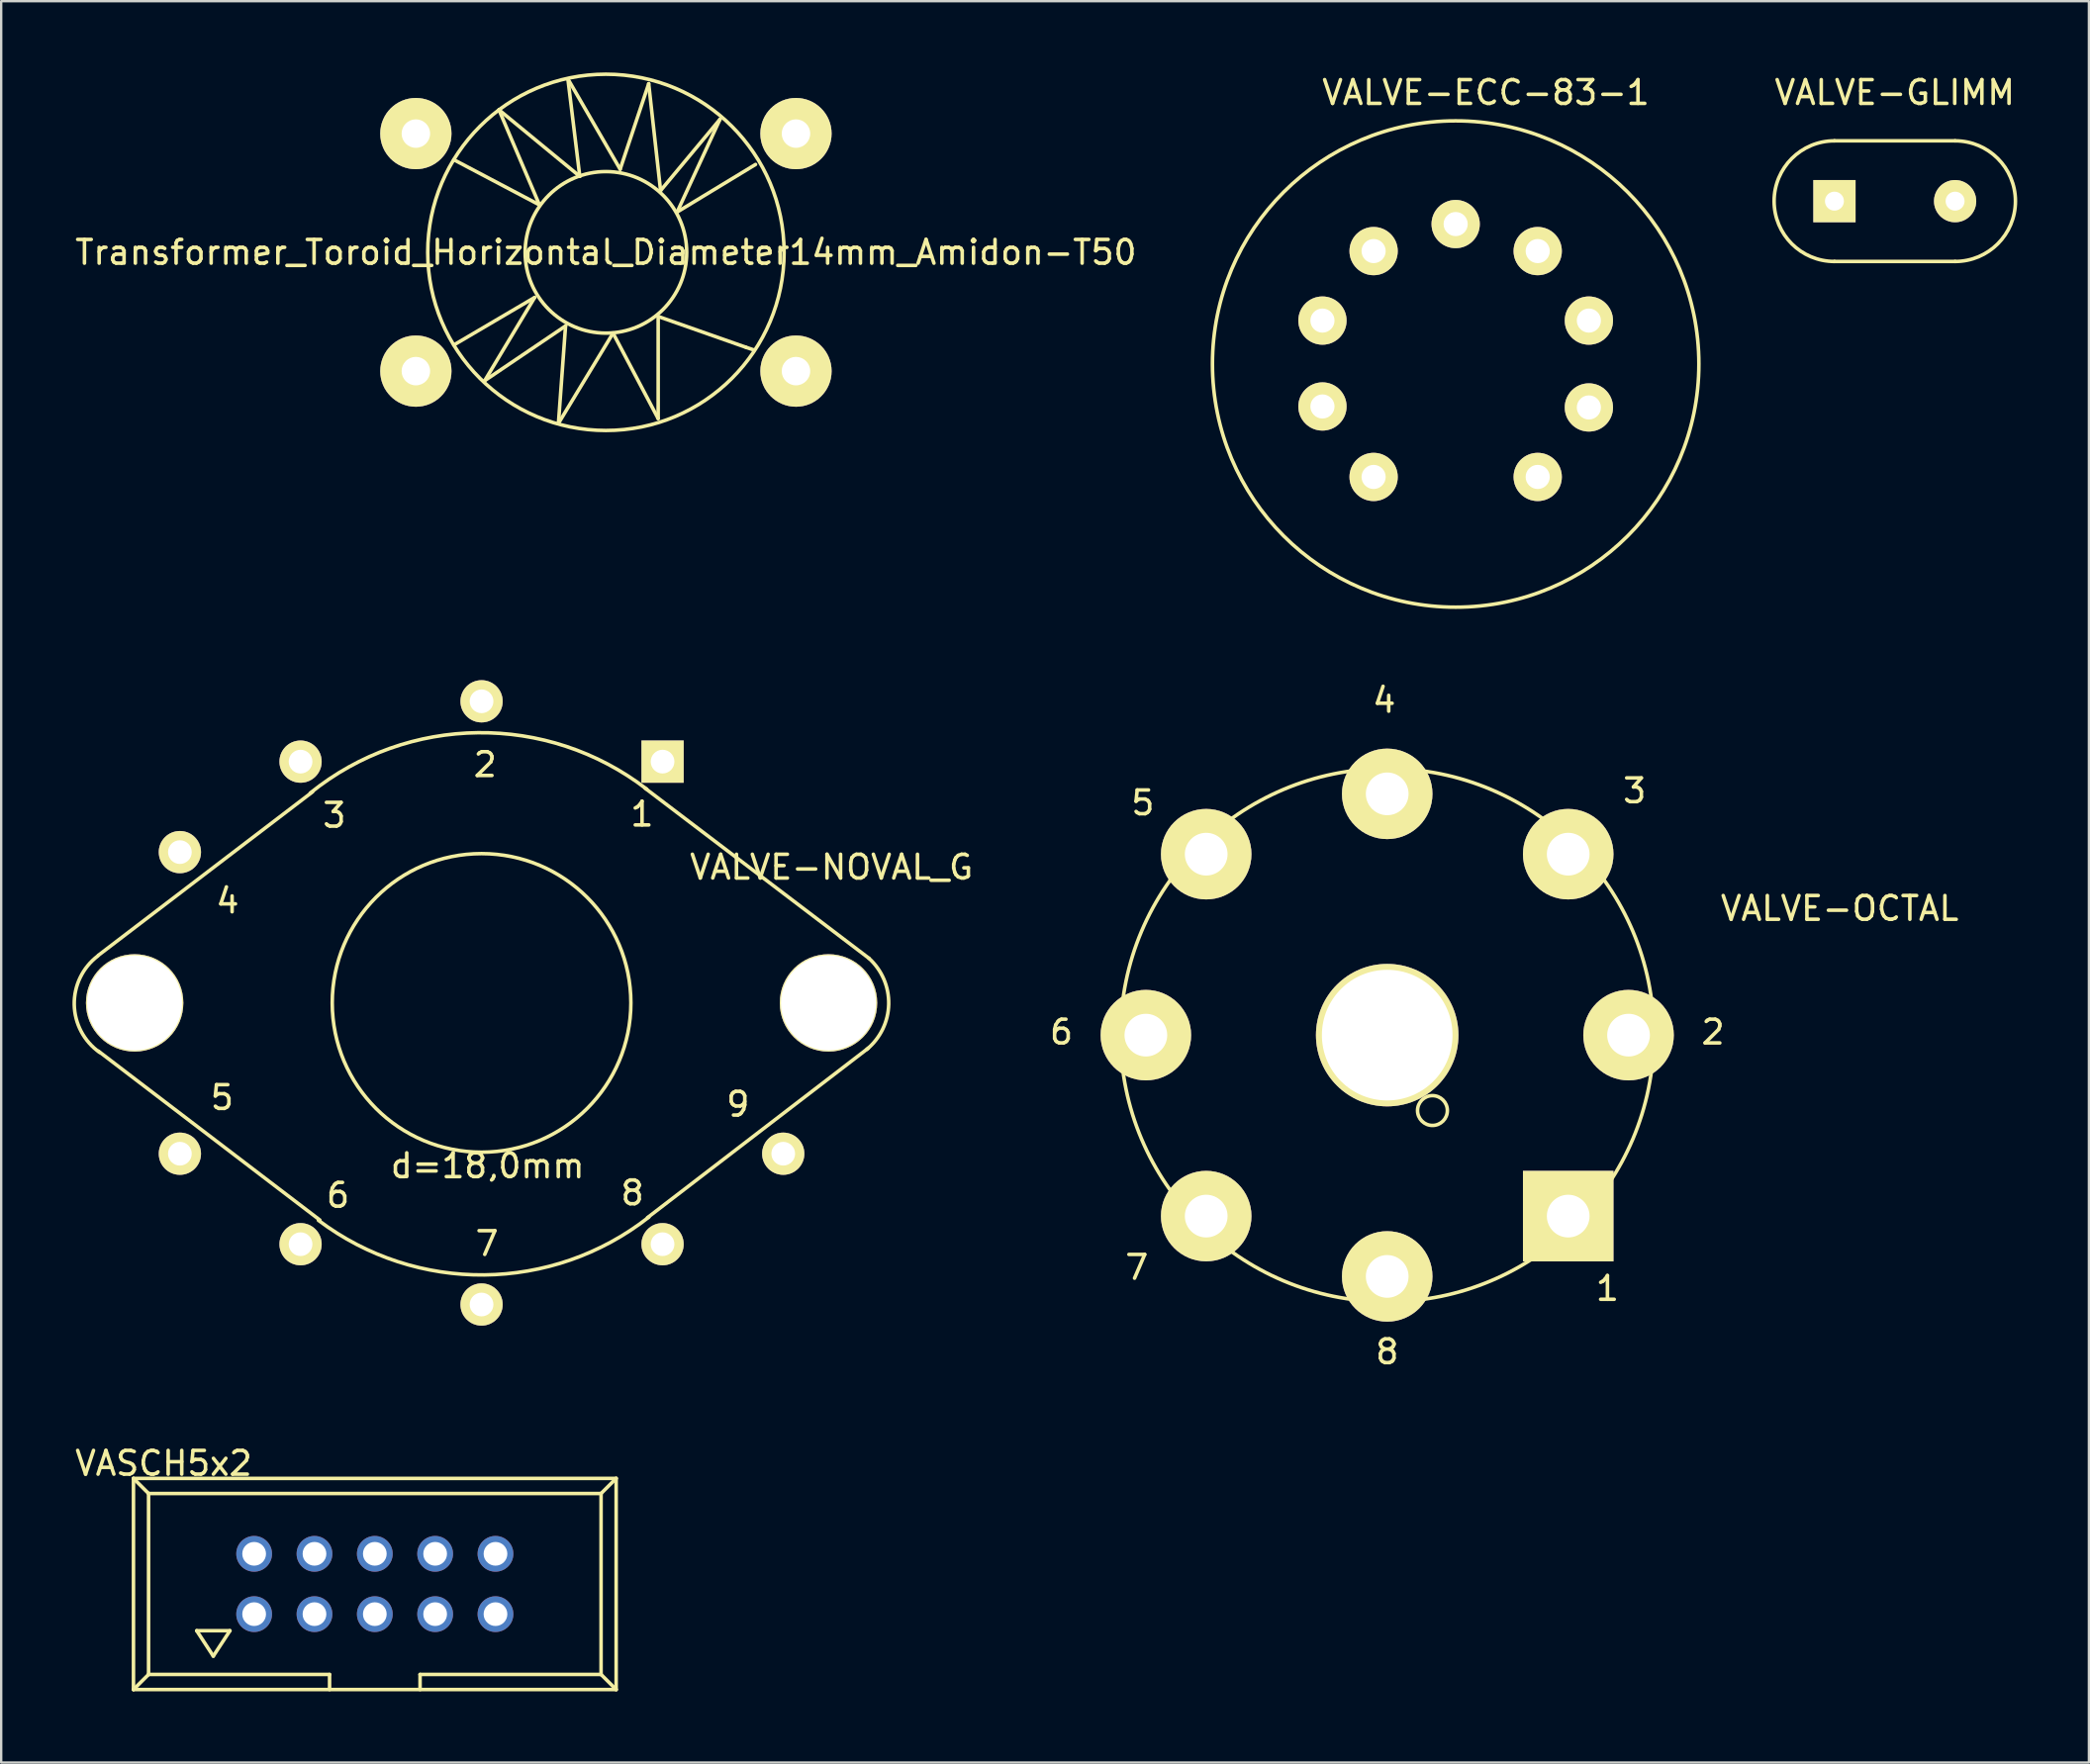
<source format=kicad_pcb>
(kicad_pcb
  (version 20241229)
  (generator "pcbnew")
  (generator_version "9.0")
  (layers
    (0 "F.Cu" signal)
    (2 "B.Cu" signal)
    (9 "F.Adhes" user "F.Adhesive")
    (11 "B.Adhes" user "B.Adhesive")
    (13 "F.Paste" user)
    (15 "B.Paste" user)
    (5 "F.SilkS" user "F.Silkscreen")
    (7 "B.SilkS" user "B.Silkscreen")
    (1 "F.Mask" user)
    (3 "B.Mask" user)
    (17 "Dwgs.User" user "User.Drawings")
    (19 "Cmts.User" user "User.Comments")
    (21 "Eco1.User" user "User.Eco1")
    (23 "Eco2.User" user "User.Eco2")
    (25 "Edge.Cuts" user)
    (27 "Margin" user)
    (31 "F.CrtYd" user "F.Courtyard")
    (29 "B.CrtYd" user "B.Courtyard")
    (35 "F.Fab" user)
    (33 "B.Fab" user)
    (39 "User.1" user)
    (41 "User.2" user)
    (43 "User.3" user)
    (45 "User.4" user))
  (footprint "VALVE-GLIMM"
    (layer "F.Cu")
    (at 75.447 5.42)
    (property "Reference" "VALVE-GLIMM" (at 1.27 -4.572 0) (layer "F.SilkS") (effects (font (size 1 1) (thickness 0.15))))
    (attr exclude_from_pos_files exclude_from_bom)
    (fp_line (start -1.27 -2.54) (end 3.81 -2.54) (stroke (width 0.15) (type solid)) (layer "F.SilkS"))
    (fp_line (start -1.27 2.54) (end 3.81 2.54) (stroke (width 0.15) (type solid)) (layer "F.SilkS"))
    (fp_arc (start -1.27 2.54) (mid -3.81 0) (end -1.27 -2.54) (stroke (width 0.15) (type solid)) (layer "F.SilkS"))
    (fp_arc (start 3.81 -2.54) (mid 6.35 0) (end 3.81 2.54) (stroke (width 0.15) (type solid)) (layer "F.SilkS"))
    (pad "1" thru_hole rect (at -1.27 0) (size 1.778 1.778) (drill 0.798) (layers "*.Cu" "F.Mask" "F.SilkS" "F.Paste"))
    (pad "2" thru_hole circle (at 3.81 0) (size 1.778 1.778) (drill 0.798) (layers "*.Cu" "F.Mask" "F.SilkS" "F.Paste")))
  (footprint "VALVE-ECC-83-1"
    (layer "F.Cu")
    (at 58.231 12.278)
    (property "Reference" "VALVE-ECC-83-1" (at 1.27 -11.43 0) (layer "F.SilkS") (effects (font (size 1 1) (thickness 0.15))))
    (attr through_hole)
    (fp_circle (center 0 0) (end 10.16 1.27) (stroke (width 0.15) (type solid)) (fill no) (layer "F.SilkS"))
    (pad "1" thru_hole circle (at 3.454 4.755) (size 2.032 2.032) (drill 1.016) (layers "*.Cu" "*.Mask" "F.SilkS"))
    (pad "2" thru_hole circle (at 5.608 1.829) (size 2.032 2.032) (drill 1.016) (layers "*.Cu" "*.Mask" "F.SilkS"))
    (pad "3" thru_hole circle (at 5.608 -1.829) (size 2.032 2.032) (drill 1.016) (layers "*.Cu" "*.Mask" "F.SilkS"))
    (pad "4" thru_hole circle (at 3.454 -4.755) (size 2.032 2.032) (drill 1.016) (layers "*.Cu" "*.Mask" "F.SilkS"))
    (pad "5" thru_hole circle (at 0 -5.893) (size 2.032 2.032) (drill 1.016) (layers "*.Cu" "*.Mask" "F.SilkS"))
    (pad "6" thru_hole circle (at -3.454 -4.755) (size 2.032 2.032) (drill 1.016) (layers "*.Cu" "*.Mask" "F.SilkS"))
    (pad "7" thru_hole circle (at -5.608 -1.829) (size 2.032 2.032) (drill 1.016) (layers "*.Cu" "*.Mask" "F.SilkS"))
    (pad "8" thru_hole circle (at -5.608 1.788) (size 2.032 2.032) (drill 1.016) (layers "*.Cu" "*.Mask" "F.SilkS"))
    (pad "9" thru_hole circle (at -3.454 4.755) (size 2.032 2.032) (drill 1.016) (layers "*.Cu" "*.Mask" "F.SilkS")))
  (footprint "Transformer_Toroid_Horizontal_Diameter14mm_Amidon-T50"
    (layer "F.Cu")
    (at 22.458 7.576)
    (property "Reference" "Transformer_Toroid_Horizontal_Diameter14mm_Amidon-T50" (at 0 0 0) (layer "F.SilkS") (effects (font (size 1 1) (thickness 0.15))))
    (attr through_hole)
    (fp_line (start -6.401 -3.899) (end -2.799 -1.999) (stroke (width 0.15) (type solid)) (layer "F.SilkS"))
    (fp_line (start -6.401 3.899) (end -3 1.9) (stroke (width 0.15) (type solid)) (layer "F.SilkS"))
    (fp_line (start -5.1 5.4) (end -1.699 3.099) (stroke (width 0.15) (type solid)) (layer "F.SilkS"))
    (fp_line (start -4.501 -5.999) (end -1.1 -3.2) (stroke (width 0.15) (type solid)) (layer "F.SilkS"))
    (fp_line (start -3 1.9) (end -5.1 5.4) (stroke (width 0.15) (type solid)) (layer "F.SilkS"))
    (fp_line (start -2.799 -1.999) (end -4.501 -5.999) (stroke (width 0.15) (type solid)) (layer "F.SilkS"))
    (fp_line (start -1.999 7.201) (end 0.3 3.401) (stroke (width 0.15) (type solid)) (layer "F.SilkS"))
    (fp_line (start -1.699 3.099) (end -1.999 7.201) (stroke (width 0.15) (type solid)) (layer "F.SilkS"))
    (fp_line (start -1.6 -7.3) (end 0.599 -3.5) (stroke (width 0.15) (type solid)) (layer "F.SilkS"))
    (fp_line (start -1.1 -3.2) (end -1.6 -7.3) (stroke (width 0.15) (type solid)) (layer "F.SilkS"))
    (fp_line (start 0.3 3.401) (end 2.2 7) (stroke (width 0.15) (type solid)) (layer "F.SilkS"))
    (fp_line (start 0.599 -3.5) (end 1.801 -7.099) (stroke (width 0.15) (type solid)) (layer "F.SilkS"))
    (fp_line (start 1.801 -7.099) (end 2.301 -2.601) (stroke (width 0.15) (type solid)) (layer "F.SilkS"))
    (fp_line (start 2.2 2.7) (end 5.9 4) (stroke (width 0.15) (type solid)) (layer "F.SilkS"))
    (fp_line (start 2.2 7) (end 2.2 2.7) (stroke (width 0.15) (type solid)) (layer "F.SilkS"))
    (fp_line (start 2.301 -2.601) (end 4.801 -5.601) (stroke (width 0.15) (type solid)) (layer "F.SilkS"))
    (fp_line (start 3 -1.699) (end 6.299 -3.701) (stroke (width 0.15) (type solid)) (layer "F.SilkS"))
    (fp_line (start 4.801 -5.601) (end 3 -1.699) (stroke (width 0.15) (type solid)) (layer "F.SilkS"))
    (fp_line (start 5.9 4) (end 6.2 4.1) (stroke (width 0.15) (type solid)) (layer "F.SilkS"))
    (fp_circle (center 0 0) (end 3.401 0) (stroke (width 0.15) (type solid)) (fill no) (layer "F.SilkS"))
    (fp_circle (center 0 0) (end 7.501 0) (stroke (width 0.15) (type solid)) (fill no) (layer "F.SilkS"))
    (pad "1" thru_hole circle (at -8.001 5.001) (size 3 3) (drill 1.199) (layers "*.Cu" "*.Mask" "F.SilkS"))
    (pad "2" thru_hole circle (at 8.001 5.001) (size 3 3) (drill 1.199) (layers "*.Cu" "*.Mask" "F.SilkS"))
    (pad "3" thru_hole circle (at -8.001 -5.001) (size 3 3) (drill 1.199) (layers "*.Cu" "*.Mask" "F.SilkS"))
    (pad "4" thru_hole circle (at 8.001 -5.001) (size 3 3) (drill 1.199) (layers "*.Cu" "*.Mask" "F.SilkS")))
  (footprint "VALVE-NOVAL_G"
    (layer "F.Cu")
    (at 17.223 39.181)
    (property "Reference" "VALVE-NOVAL_G" (at 14.732 -5.715 0) (layer "F.SilkS") (effects (font (size 1 1) (thickness 0.15))))
    (attr exclude_from_pos_files exclude_from_bom)
    (fp_line (start -16.129 -2.007) (end -7.112 -8.89) (stroke (width 0.15) (type solid)) (layer "F.SilkS"))
    (fp_line (start -16.129 2.032) (end -6.807 9.144) (stroke (width 0.15) (type solid)) (layer "F.SilkS"))
    (fp_line (start 16.281 1.905) (end 6.985 9.042) (stroke (width 0.15) (type solid)) (layer "F.SilkS"))
    (fp_line (start 16.307 -1.88) (end 6.883 -9.042) (stroke (width 0.15) (type solid)) (layer "F.SilkS"))
    (fp_arc (start -16.08074 2.0828) (mid -17.147179 0.072342) (end -16.156452 -1.976486) (stroke (width 0.15) (type solid)) (layer "F.SilkS"))
    (fp_arc (start -7.21106 -8.83666) (mid -0.156275 -11.37739) (end 6.954845 -8.998887) (stroke (width 0.15) (type solid)) (layer "F.SilkS"))
    (fp_arc (start 7.04596 9.017) (mid 0.111758 11.453686) (end -6.868871 9.153377) (stroke (width 0.15) (type solid)) (layer "F.SilkS"))
    (fp_arc (start 16.3068 -1.8796) (mid 17.13994 0.055661) (end 16.222657 1.952487) (stroke (width 0.15) (type solid)) (layer "F.SilkS"))
    (fp_circle (center 0 0) (end -4.445 4.445) (stroke (width 0.15) (type solid)) (fill no) (layer "F.SilkS"))
    (fp_text user "d=18,0mm" (at 0.254 6.858 0) (layer "F.SilkS") (effects (font (size 1 1) (thickness 0.15))))
    (fp_text user "9" (at 10.795 4.267 0) (layer "F.SilkS") (effects (font (size 1 1) (thickness 0.15))))
    (fp_text user "4" (at -10.693 -4.293 0) (layer "F.SilkS") (effects (font (size 1 1) (thickness 0.15))))
    (fp_text user "3" (at -6.198 -7.899 0) (layer "F.SilkS") (effects (font (size 1 1) (thickness 0.15))))
    (fp_text user "6" (at -6.045 8.103 0) (layer "F.SilkS") (effects (font (size 1 1) (thickness 0.15))))
    (fp_text user "8" (at 6.35 8.001 0) (layer "F.SilkS") (effects (font (size 1 1) (thickness 0.15))))
    (fp_text user "5" (at -10.922 3.988 0) (layer "F.SilkS") (effects (font (size 1 1) (thickness 0.15))))
    (fp_text user "2" (at 0.152 -10.033 0) (layer "F.SilkS") (effects (font (size 1 1) (thickness 0.15))))
    (fp_text user "7" (at 0.229 10.135 0) (layer "F.SilkS") (effects (font (size 1 1) (thickness 0.15))))
    (fp_text user "1" (at 6.756 -7.95 0) (layer "F.SilkS") (effects (font (size 1 1) (thickness 0.15))))
    (pad "" thru_hole circle (at 14.605 0) (size 4.1 4.1) (drill 4) (layers "*.Cu" "F.Mask" "F.SilkS" "F.Paste"))
    (pad "1" thru_hole rect (at 7.62 -10.16) (size 1.778 1.778) (drill 0.998) (layers "*.Cu" "F.Mask" "F.SilkS" "F.Paste"))
    (pad "2" thru_hole circle (at -14.605 0) (size 4.1 4.1) (drill 4) (layers "*.Cu" "F.Mask" "F.SilkS" "F.Paste"))
    (pad "2" thru_hole circle (at 0 -12.7) (size 1.778 1.778) (drill 0.998) (layers "*.Cu" "F.Mask" "F.SilkS" "F.Paste"))
    (pad "3" thru_hole circle (at -7.62 -10.16) (size 1.778 1.778) (drill 0.998) (layers "*.Cu" "F.Mask" "F.SilkS" "F.Paste"))
    (pad "4" thru_hole circle (at -12.7 -6.35) (size 1.778 1.778) (drill 0.998) (layers "*.Cu" "F.Mask" "F.SilkS" "F.Paste"))
    (pad "5" thru_hole circle (at -12.7 6.35) (size 1.778 1.778) (drill 0.998) (layers "*.Cu" "F.Mask" "F.SilkS" "F.Paste"))
    (pad "6" thru_hole circle (at -7.62 10.16) (size 1.778 1.778) (drill 0.998) (layers "*.Cu" "F.Mask" "F.SilkS" "F.Paste"))
    (pad "7" thru_hole circle (at 0 12.7) (size 1.778 1.778) (drill 0.998) (layers "*.Cu" "F.Mask" "F.SilkS" "F.Paste"))
    (pad "8" thru_hole circle (at 7.62 10.16) (size 1.778 1.778) (drill 0.998) (layers "*.Cu" "F.Mask" "F.SilkS" "F.Paste"))
    (pad "9" thru_hole circle (at 12.7 6.35) (size 1.778 1.778) (drill 0.998) (layers "*.Cu" "F.Mask" "F.SilkS" "F.Paste")))
  (footprint "VALVE-OCTAL"
    (layer "F.Cu")
    (at 55.349 40.538)
    (property "Reference" "VALVE-OCTAL" (at 19.05 -5.334 0) (layer "F.SilkS") (effects (font (size 1 1) (thickness 0.15))))
    (attr exclude_from_pos_files exclude_from_bom)
    (fp_circle (center 0 0) (end -7.938 7.938) (stroke (width 0.15) (type solid)) (fill no) (layer "F.SilkS"))
    (fp_circle (center 1.905 3.175) (end 2.349 3.619) (stroke (width 0.15) (type solid)) (fill no) (layer "F.SilkS"))
    (fp_text user "2" (at 13.716 -0.127 0) (layer "F.SilkS") (effects (font (size 1 1) (thickness 0.15))))
    (fp_text user "1" (at 9.271 10.668 0) (layer "F.SilkS") (effects (font (size 1 1) (thickness 0.15))))
    (fp_text user "8" (at 0 13.335 0) (layer "F.SilkS") (effects (font (size 1 1) (thickness 0.15))))
    (fp_text user "6" (at -13.716 -0.127 0) (layer "F.SilkS") (effects (font (size 1 1) (thickness 0.15))))
    (fp_text user "7" (at -10.541 9.779 0) (layer "F.SilkS") (effects (font (size 1 1) (thickness 0.15))))
    (fp_text user "3" (at 10.414 -10.287 0) (layer "F.SilkS") (effects (font (size 1 1) (thickness 0.15))))
    (fp_text user "4" (at -0.127 -14.097 0) (layer "F.SilkS") (effects (font (size 1 1) (thickness 0.15))))
    (fp_text user "5" (at -10.287 -9.779 0) (layer "F.SilkS") (effects (font (size 1 1) (thickness 0.15))))
    (pad "" thru_hole circle (at 0 0) (size 5.999 5.999) (drill 5.499) (layers "*.Cu" "F.Mask" "F.SilkS" "F.Paste"))
    (pad "1" thru_hole rect (at 7.62 7.62) (size 3.81 3.81) (drill 1.798) (layers "*.Cu" "F.Mask" "F.SilkS" "F.Paste"))
    (pad "2" thru_hole circle (at 10.16 0) (size 3.81 3.81) (drill 1.798) (layers "*.Cu" "F.Mask" "F.SilkS" "F.Paste"))
    (pad "3" thru_hole circle (at 7.62 -7.62) (size 3.81 3.81) (drill 1.798) (layers "*.Cu" "F.Mask" "F.SilkS" "F.Paste"))
    (pad "4" thru_hole circle (at 0 -10.16) (size 3.81 3.81) (drill 1.798) (layers "*.Cu" "F.Mask" "F.SilkS" "F.Paste"))
    (pad "5" thru_hole circle (at -7.62 -7.62) (size 3.81 3.81) (drill 1.798) (layers "*.Cu" "F.Mask" "F.SilkS" "F.Paste"))
    (pad "6" thru_hole circle (at -10.16 0) (size 3.81 3.81) (drill 1.798) (layers "*.Cu" "F.Mask" "F.SilkS" "F.Paste"))
    (pad "7" thru_hole circle (at -7.62 7.62) (size 3.81 3.81) (drill 1.798) (layers "*.Cu" "F.Mask" "F.SilkS" "F.Paste"))
    (pad "8" thru_hole circle (at 0 10.16) (size 3.81 3.81) (drill 1.798) (layers "*.Cu" "F.Mask" "F.SilkS" "F.Paste")))
  (footprint "VASCH5x2"
    (layer "F.Cu")
    (at 12.729 63.649)
    (property "Reference" "VASCH5x2" (at -8.89 -5.08 0) (layer "F.SilkS") (effects (font (size 1 1) (thickness 0.15))))
    (attr exclude_from_pos_files exclude_from_bom)
    (fp_line (start -10.16 -4.445) (end -10.16 4.445) (stroke (width 0.15) (type solid)) (layer "F.SilkS"))
    (fp_line (start -10.16 4.445) (end 10.16 4.445) (stroke (width 0.15) (type solid)) (layer "F.SilkS"))
    (fp_line (start -9.525 -3.81) (end -10.16 -4.445) (stroke (width 0.15) (type solid)) (layer "F.SilkS"))
    (fp_line (start -9.525 -3.81) (end -9.525 3.81) (stroke (width 0.15) (type solid)) (layer "F.SilkS"))
    (fp_line (start -9.525 3.81) (end -10.16 4.445) (stroke (width 0.15) (type solid)) (layer "F.SilkS"))
    (fp_line (start -9.525 3.81) (end -1.905 3.81) (stroke (width 0.15) (type solid)) (layer "F.SilkS"))
    (fp_line (start -7.498 1.968) (end -6.8 3.038) (stroke (width 0.15) (type solid)) (layer "F.SilkS"))
    (fp_line (start -6.8 3.038) (end -6.099 1.968) (stroke (width 0.15) (type solid)) (layer "F.SilkS"))
    (fp_line (start -6.099 1.968) (end -7.498 1.968) (stroke (width 0.15) (type solid)) (layer "F.SilkS"))
    (fp_line (start -1.905 3.81) (end -1.905 4.445) (stroke (width 0.15) (type solid)) (layer "F.SilkS"))
    (fp_line (start 1.905 3.81) (end 9.525 3.81) (stroke (width 0.15) (type solid)) (layer "F.SilkS"))
    (fp_line (start 1.905 4.445) (end 1.905 3.81) (stroke (width 0.15) (type solid)) (layer "F.SilkS"))
    (fp_line (start 9.525 -3.81) (end -9.525 -3.81) (stroke (width 0.15) (type solid)) (layer "F.SilkS"))
    (fp_line (start 9.525 -3.81) (end 10.16 -4.445) (stroke (width 0.15) (type solid)) (layer "F.SilkS"))
    (fp_line (start 9.525 3.81) (end 9.525 -3.81) (stroke (width 0.15) (type solid)) (layer "F.SilkS"))
    (fp_line (start 9.525 3.81) (end 10.16 4.445) (stroke (width 0.15) (type solid)) (layer "F.SilkS"))
    (fp_line (start 10.16 -4.445) (end -10.16 -4.445) (stroke (width 0.15) (type solid)) (layer "F.SilkS"))
    (fp_line (start 10.16 -4.445) (end 10.16 4.445) (stroke (width 0.15) (type solid)) (layer "F.SilkS"))
    (pad "1" thru_hole circle (at -5.08 1.27) (size 1.506 1.506) (drill 0.998) (layers "*.Cu" "*.Mask"))
    (pad "2" thru_hole circle (at -5.08 -1.27) (size 1.506 1.506) (drill 0.998) (layers "*.Cu" "*.Mask"))
    (pad "3" thru_hole circle (at -2.54 1.27) (size 1.506 1.506) (drill 0.998) (layers "*.Cu" "*.Mask"))
    (pad "4" thru_hole circle (at -2.54 -1.27) (size 1.506 1.506) (drill 0.998) (layers "*.Cu" "*.Mask"))
    (pad "5" thru_hole circle (at 0 1.27) (size 1.506 1.506) (drill 0.998) (layers "*.Cu" "*.Mask"))
    (pad "6" thru_hole circle (at 0 -1.27) (size 1.506 1.506) (drill 0.998) (layers "*.Cu" "*.Mask"))
    (pad "7" thru_hole circle (at 2.54 1.27) (size 1.506 1.506) (drill 0.998) (layers "*.Cu" "*.Mask"))
    (pad "8" thru_hole circle (at 2.54 -1.27) (size 1.506 1.506) (drill 0.998) (layers "*.Cu" "*.Mask"))
    (pad "9" thru_hole circle (at 5.08 1.27) (size 1.506 1.506) (drill 0.998) (layers "*.Cu" "*.Mask"))
    (pad "10" thru_hole circle (at 5.08 -1.27) (size 1.506 1.506) (drill 0.998) (layers "*.Cu" "*.Mask")))
  (gr_rect
    (start -3 -3)
    (end 84.89 71.169)
    (stroke (width 0.1) (type default))
    (fill no)
    (layer "Edge.Cuts")))
</source>
